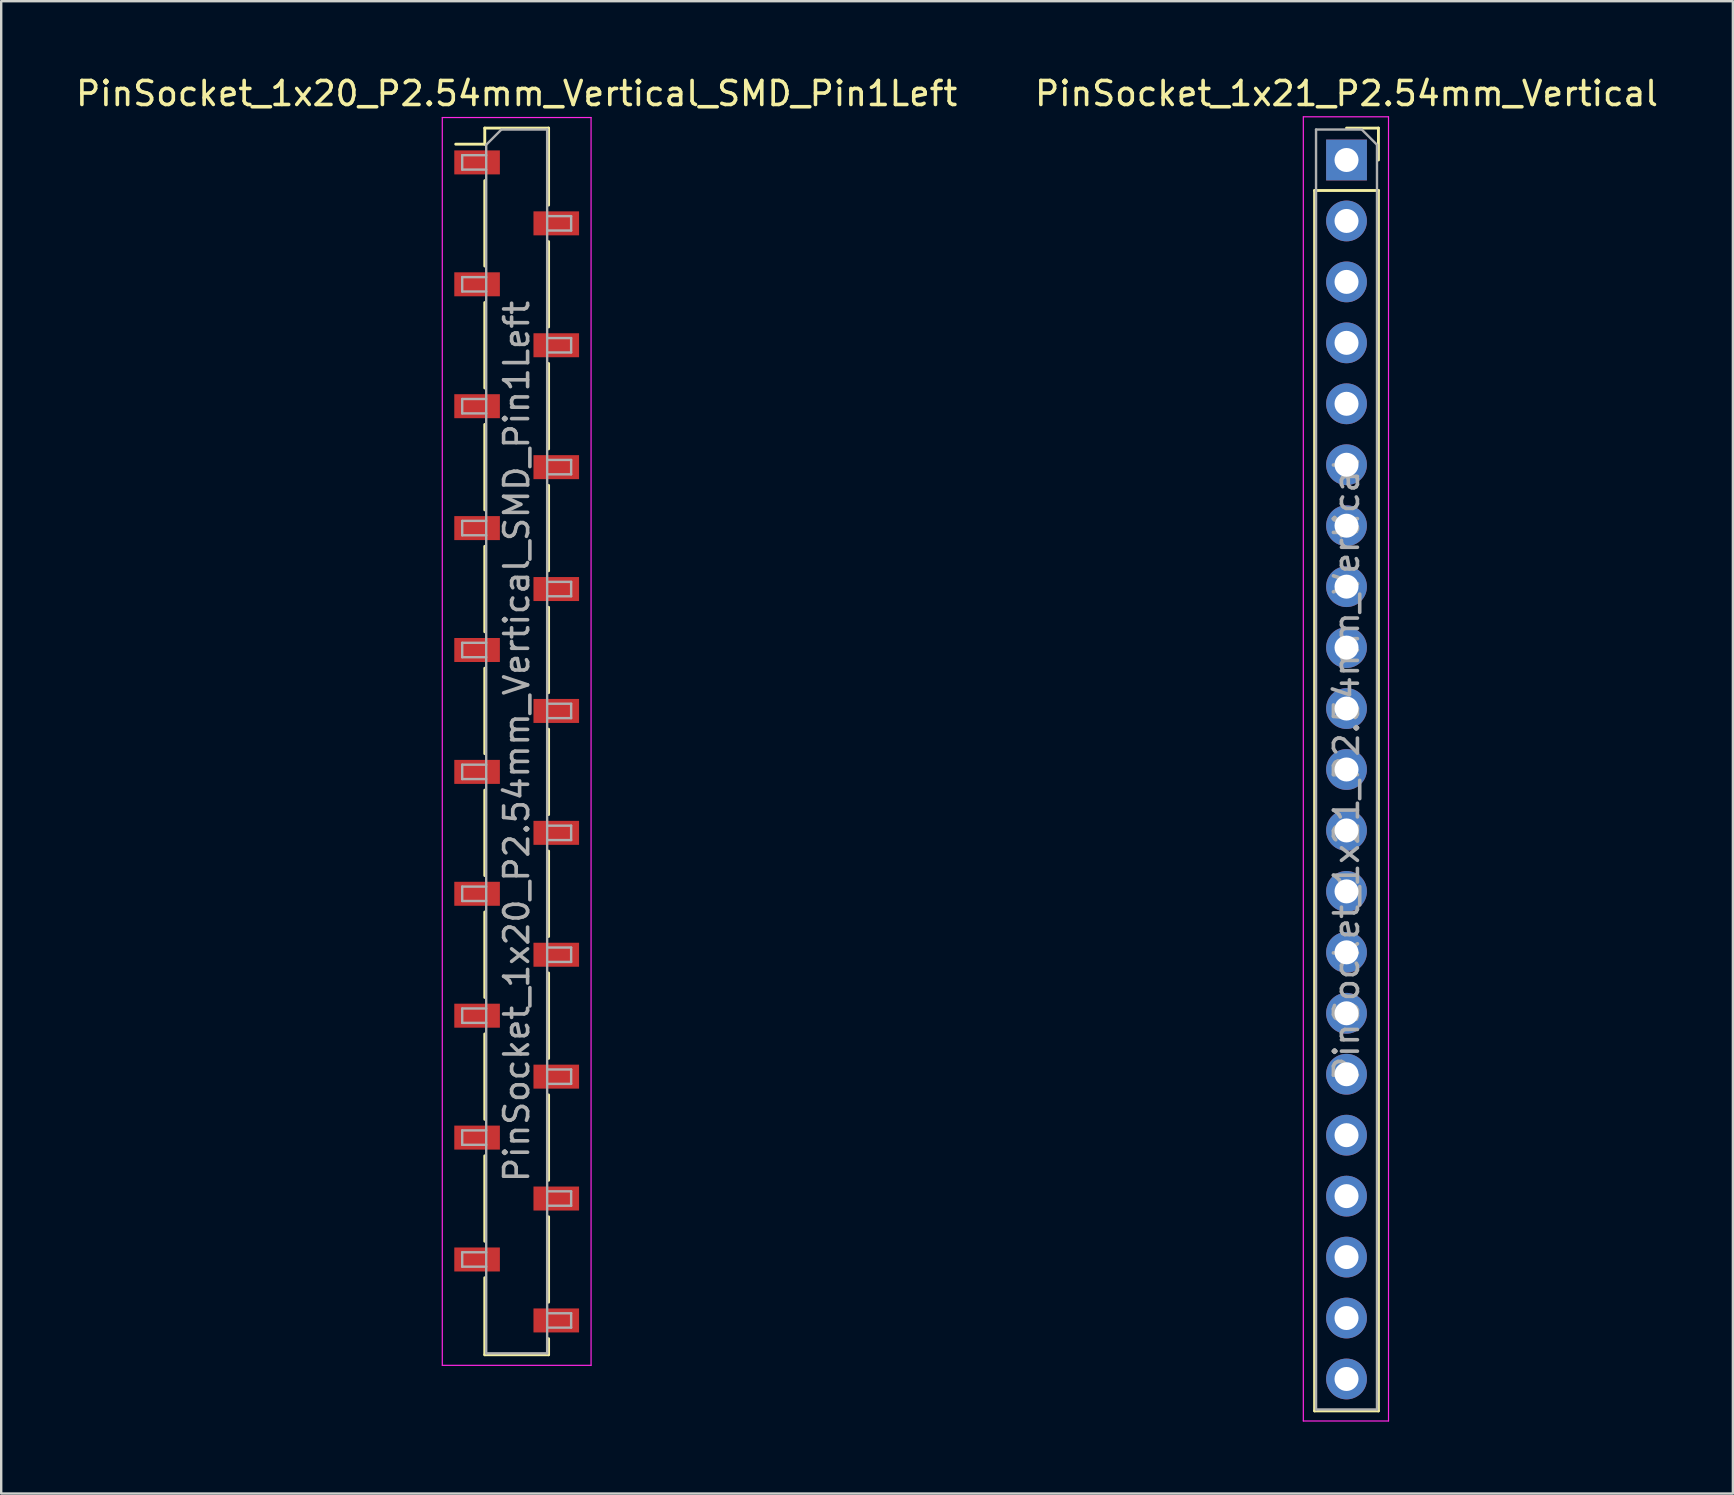
<source format=kicad_pcb>
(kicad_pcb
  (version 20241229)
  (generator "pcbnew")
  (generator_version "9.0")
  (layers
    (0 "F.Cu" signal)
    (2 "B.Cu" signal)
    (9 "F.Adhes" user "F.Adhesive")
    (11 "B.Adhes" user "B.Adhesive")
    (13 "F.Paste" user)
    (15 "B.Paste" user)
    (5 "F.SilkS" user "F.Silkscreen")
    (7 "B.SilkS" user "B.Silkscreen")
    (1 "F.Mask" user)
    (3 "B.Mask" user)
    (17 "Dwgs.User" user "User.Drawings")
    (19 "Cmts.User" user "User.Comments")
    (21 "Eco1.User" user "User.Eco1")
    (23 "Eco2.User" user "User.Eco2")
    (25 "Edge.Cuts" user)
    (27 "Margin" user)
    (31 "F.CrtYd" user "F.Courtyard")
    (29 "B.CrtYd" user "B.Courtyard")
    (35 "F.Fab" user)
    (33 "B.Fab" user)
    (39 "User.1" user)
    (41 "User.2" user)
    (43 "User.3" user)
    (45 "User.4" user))
  (footprint "PinSocket_1x20_P2.54mm_Vertical_SMD_Pin1Left"
    (layer "F.Cu")
    (at 18.482 27.848)
    (property "Reference" "PinSocket_1x20_P2.54mm_Vertical_SMD_Pin1Left" (at 0 -27 0) (layer "F.SilkS") (effects (font (size 1 1) (thickness 0.15))))
    (attr smd)
    (fp_line (start -2.54 -24.89) (end -1.33 -24.89) (stroke (width 0.12) (type solid)) (layer "F.SilkS"))
    (fp_line (start -1.33 -25.56) (end -1.33 -24.89) (stroke (width 0.12) (type solid)) (layer "F.SilkS"))
    (fp_line (start -1.33 -25.56) (end 1.33 -25.56) (stroke (width 0.12) (type solid)) (layer "F.SilkS"))
    (fp_line (start -1.33 -23.37) (end -1.33 -19.81) (stroke (width 0.12) (type solid)) (layer "F.SilkS"))
    (fp_line (start -1.33 -18.29) (end -1.33 -14.73) (stroke (width 0.12) (type solid)) (layer "F.SilkS"))
    (fp_line (start -1.33 -13.21) (end -1.33 -9.65) (stroke (width 0.12) (type solid)) (layer "F.SilkS"))
    (fp_line (start -1.33 -8.13) (end -1.33 -4.57) (stroke (width 0.12) (type solid)) (layer "F.SilkS"))
    (fp_line (start -1.33 -3.05) (end -1.33 0.51) (stroke (width 0.12) (type solid)) (layer "F.SilkS"))
    (fp_line (start -1.33 2.03) (end -1.33 5.59) (stroke (width 0.12) (type solid)) (layer "F.SilkS"))
    (fp_line (start -1.33 7.11) (end -1.33 10.67) (stroke (width 0.12) (type solid)) (layer "F.SilkS"))
    (fp_line (start -1.33 12.19) (end -1.33 15.75) (stroke (width 0.12) (type solid)) (layer "F.SilkS"))
    (fp_line (start -1.33 17.27) (end -1.33 20.83) (stroke (width 0.12) (type solid)) (layer "F.SilkS"))
    (fp_line (start -1.33 22.35) (end -1.33 25.56) (stroke (width 0.12) (type solid)) (layer "F.SilkS"))
    (fp_line (start -1.33 25.56) (end 1.33 25.56) (stroke (width 0.12) (type solid)) (layer "F.SilkS"))
    (fp_line (start 1.33 -25.56) (end 1.33 -22.35) (stroke (width 0.12) (type solid)) (layer "F.SilkS"))
    (fp_line (start 1.33 -20.83) (end 1.33 -17.27) (stroke (width 0.12) (type solid)) (layer "F.SilkS"))
    (fp_line (start 1.33 -15.75) (end 1.33 -12.19) (stroke (width 0.12) (type solid)) (layer "F.SilkS"))
    (fp_line (start 1.33 -10.67) (end 1.33 -7.11) (stroke (width 0.12) (type solid)) (layer "F.SilkS"))
    (fp_line (start 1.33 -5.59) (end 1.33 -2.03) (stroke (width 0.12) (type solid)) (layer "F.SilkS"))
    (fp_line (start 1.33 -0.51) (end 1.33 3.05) (stroke (width 0.12) (type solid)) (layer "F.SilkS"))
    (fp_line (start 1.33 4.57) (end 1.33 8.13) (stroke (width 0.12) (type solid)) (layer "F.SilkS"))
    (fp_line (start 1.33 9.65) (end 1.33 13.21) (stroke (width 0.12) (type solid)) (layer "F.SilkS"))
    (fp_line (start 1.33 14.73) (end 1.33 18.29) (stroke (width 0.12) (type solid)) (layer "F.SilkS"))
    (fp_line (start 1.33 19.81) (end 1.33 23.37) (stroke (width 0.12) (type solid)) (layer "F.SilkS"))
    (fp_line (start 1.33 24.89) (end 1.33 25.56) (stroke (width 0.12) (type solid)) (layer "F.SilkS"))
    (fp_line (start -3.1 -26) (end 3.1 -26) (stroke (width 0.05) (type solid)) (layer "F.CrtYd"))
    (fp_line (start -3.1 26) (end -3.1 -26) (stroke (width 0.05) (type solid)) (layer "F.CrtYd"))
    (fp_line (start 3.1 -26) (end 3.1 26) (stroke (width 0.05) (type solid)) (layer "F.CrtYd"))
    (fp_line (start 3.1 26) (end -3.1 26) (stroke (width 0.05) (type solid)) (layer "F.CrtYd"))
    (fp_line (start -2.27 -24.43) (end -1.27 -24.43) (stroke (width 0.1) (type solid)) (layer "F.Fab"))
    (fp_line (start -2.27 -23.83) (end -2.27 -24.43) (stroke (width 0.1) (type solid)) (layer "F.Fab"))
    (fp_line (start -2.27 -19.35) (end -1.27 -19.35) (stroke (width 0.1) (type solid)) (layer "F.Fab"))
    (fp_line (start -2.27 -18.75) (end -2.27 -19.35) (stroke (width 0.1) (type solid)) (layer "F.Fab"))
    (fp_line (start -2.27 -14.27) (end -1.27 -14.27) (stroke (width 0.1) (type solid)) (layer "F.Fab"))
    (fp_line (start -2.27 -13.67) (end -2.27 -14.27) (stroke (width 0.1) (type solid)) (layer "F.Fab"))
    (fp_line (start -2.27 -9.19) (end -1.27 -9.19) (stroke (width 0.1) (type solid)) (layer "F.Fab"))
    (fp_line (start -2.27 -8.59) (end -2.27 -9.19) (stroke (width 0.1) (type solid)) (layer "F.Fab"))
    (fp_line (start -2.27 -4.11) (end -1.27 -4.11) (stroke (width 0.1) (type solid)) (layer "F.Fab"))
    (fp_line (start -2.27 -3.51) (end -2.27 -4.11) (stroke (width 0.1) (type solid)) (layer "F.Fab"))
    (fp_line (start -2.27 0.97) (end -1.27 0.97) (stroke (width 0.1) (type solid)) (layer "F.Fab"))
    (fp_line (start -2.27 1.57) (end -2.27 0.97) (stroke (width 0.1) (type solid)) (layer "F.Fab"))
    (fp_line (start -2.27 6.05) (end -1.27 6.05) (stroke (width 0.1) (type solid)) (layer "F.Fab"))
    (fp_line (start -2.27 6.65) (end -2.27 6.05) (stroke (width 0.1) (type solid)) (layer "F.Fab"))
    (fp_line (start -2.27 11.13) (end -1.27 11.13) (stroke (width 0.1) (type solid)) (layer "F.Fab"))
    (fp_line (start -2.27 11.73) (end -2.27 11.13) (stroke (width 0.1) (type solid)) (layer "F.Fab"))
    (fp_line (start -2.27 16.21) (end -1.27 16.21) (stroke (width 0.1) (type solid)) (layer "F.Fab"))
    (fp_line (start -2.27 16.81) (end -2.27 16.21) (stroke (width 0.1) (type solid)) (layer "F.Fab"))
    (fp_line (start -2.27 21.29) (end -1.27 21.29) (stroke (width 0.1) (type solid)) (layer "F.Fab"))
    (fp_line (start -2.27 21.89) (end -2.27 21.29) (stroke (width 0.1) (type solid)) (layer "F.Fab"))
    (fp_line (start -1.27 -24.865) (end -0.635 -25.5) (stroke (width 0.1) (type solid)) (layer "F.Fab"))
    (fp_line (start -1.27 -23.83) (end -2.27 -23.83) (stroke (width 0.1) (type solid)) (layer "F.Fab"))
    (fp_line (start -1.27 -18.75) (end -2.27 -18.75) (stroke (width 0.1) (type solid)) (layer "F.Fab"))
    (fp_line (start -1.27 -13.67) (end -2.27 -13.67) (stroke (width 0.1) (type solid)) (layer "F.Fab"))
    (fp_line (start -1.27 -8.59) (end -2.27 -8.59) (stroke (width 0.1) (type solid)) (layer "F.Fab"))
    (fp_line (start -1.27 -3.51) (end -2.27 -3.51) (stroke (width 0.1) (type solid)) (layer "F.Fab"))
    (fp_line (start -1.27 1.57) (end -2.27 1.57) (stroke (width 0.1) (type solid)) (layer "F.Fab"))
    (fp_line (start -1.27 6.65) (end -2.27 6.65) (stroke (width 0.1) (type solid)) (layer "F.Fab"))
    (fp_line (start -1.27 11.73) (end -2.27 11.73) (stroke (width 0.1) (type solid)) (layer "F.Fab"))
    (fp_line (start -1.27 16.81) (end -2.27 16.81) (stroke (width 0.1) (type solid)) (layer "F.Fab"))
    (fp_line (start -1.27 21.89) (end -2.27 21.89) (stroke (width 0.1) (type solid)) (layer "F.Fab"))
    (fp_line (start -1.27 25.5) (end -1.27 -24.865) (stroke (width 0.1) (type solid)) (layer "F.Fab"))
    (fp_line (start -0.635 -25.5) (end 1.27 -25.5) (stroke (width 0.1) (type solid)) (layer "F.Fab"))
    (fp_line (start 1.27 -25.5) (end 1.27 25.5) (stroke (width 0.1) (type solid)) (layer "F.Fab"))
    (fp_line (start 1.27 -21.89) (end 2.27 -21.89) (stroke (width 0.1) (type solid)) (layer "F.Fab"))
    (fp_line (start 1.27 -16.81) (end 2.27 -16.81) (stroke (width 0.1) (type solid)) (layer "F.Fab"))
    (fp_line (start 1.27 -11.73) (end 2.27 -11.73) (stroke (width 0.1) (type solid)) (layer "F.Fab"))
    (fp_line (start 1.27 -6.65) (end 2.27 -6.65) (stroke (width 0.1) (type solid)) (layer "F.Fab"))
    (fp_line (start 1.27 -1.57) (end 2.27 -1.57) (stroke (width 0.1) (type solid)) (layer "F.Fab"))
    (fp_line (start 1.27 3.51) (end 2.27 3.51) (stroke (width 0.1) (type solid)) (layer "F.Fab"))
    (fp_line (start 1.27 8.59) (end 2.27 8.59) (stroke (width 0.1) (type solid)) (layer "F.Fab"))
    (fp_line (start 1.27 13.67) (end 2.27 13.67) (stroke (width 0.1) (type solid)) (layer "F.Fab"))
    (fp_line (start 1.27 18.75) (end 2.27 18.75) (stroke (width 0.1) (type solid)) (layer "F.Fab"))
    (fp_line (start 1.27 23.83) (end 2.27 23.83) (stroke (width 0.1) (type solid)) (layer "F.Fab"))
    (fp_line (start 1.27 25.5) (end -1.27 25.5) (stroke (width 0.1) (type solid)) (layer "F.Fab"))
    (fp_line (start 2.27 -21.89) (end 2.27 -21.29) (stroke (width 0.1) (type solid)) (layer "F.Fab"))
    (fp_line (start 2.27 -21.29) (end 1.27 -21.29) (stroke (width 0.1) (type solid)) (layer "F.Fab"))
    (fp_line (start 2.27 -16.81) (end 2.27 -16.21) (stroke (width 0.1) (type solid)) (layer "F.Fab"))
    (fp_line (start 2.27 -16.21) (end 1.27 -16.21) (stroke (width 0.1) (type solid)) (layer "F.Fab"))
    (fp_line (start 2.27 -11.73) (end 2.27 -11.13) (stroke (width 0.1) (type solid)) (layer "F.Fab"))
    (fp_line (start 2.27 -11.13) (end 1.27 -11.13) (stroke (width 0.1) (type solid)) (layer "F.Fab"))
    (fp_line (start 2.27 -6.65) (end 2.27 -6.05) (stroke (width 0.1) (type solid)) (layer "F.Fab"))
    (fp_line (start 2.27 -6.05) (end 1.27 -6.05) (stroke (width 0.1) (type solid)) (layer "F.Fab"))
    (fp_line (start 2.27 -1.57) (end 2.27 -0.97) (stroke (width 0.1) (type solid)) (layer "F.Fab"))
    (fp_line (start 2.27 -0.97) (end 1.27 -0.97) (stroke (width 0.1) (type solid)) (layer "F.Fab"))
    (fp_line (start 2.27 3.51) (end 2.27 4.11) (stroke (width 0.1) (type solid)) (layer "F.Fab"))
    (fp_line (start 2.27 4.11) (end 1.27 4.11) (stroke (width 0.1) (type solid)) (layer "F.Fab"))
    (fp_line (start 2.27 8.59) (end 2.27 9.19) (stroke (width 0.1) (type solid)) (layer "F.Fab"))
    (fp_line (start 2.27 9.19) (end 1.27 9.19) (stroke (width 0.1) (type solid)) (layer "F.Fab"))
    (fp_line (start 2.27 13.67) (end 2.27 14.27) (stroke (width 0.1) (type solid)) (layer "F.Fab"))
    (fp_line (start 2.27 14.27) (end 1.27 14.27) (stroke (width 0.1) (type solid)) (layer "F.Fab"))
    (fp_line (start 2.27 18.75) (end 2.27 19.35) (stroke (width 0.1) (type solid)) (layer "F.Fab"))
    (fp_line (start 2.27 19.35) (end 1.27 19.35) (stroke (width 0.1) (type solid)) (layer "F.Fab"))
    (fp_line (start 2.27 23.83) (end 2.27 24.43) (stroke (width 0.1) (type solid)) (layer "F.Fab"))
    (fp_line (start 2.27 24.43) (end 1.27 24.43) (stroke (width 0.1) (type solid)) (layer "F.Fab"))
    (fp_text user "${REFERENCE}" (at 0 0 90) (layer "F.Fab") (effects (font (size 1 1) (thickness 0.15))))
    (pad "1" smd rect (at -1.65 -24.13) (size 1.9 1) (layers "F.Cu" "F.Mask" "F.Paste"))
    (pad "2" smd rect (at 1.65 -21.59) (size 1.9 1) (layers "F.Cu" "F.Mask" "F.Paste"))
    (pad "3" smd rect (at -1.65 -19.05) (size 1.9 1) (layers "F.Cu" "F.Mask" "F.Paste"))
    (pad "4" smd rect (at 1.65 -16.51) (size 1.9 1) (layers "F.Cu" "F.Mask" "F.Paste"))
    (pad "5" smd rect (at -1.65 -13.97) (size 1.9 1) (layers "F.Cu" "F.Mask" "F.Paste"))
    (pad "6" smd rect (at 1.65 -11.43) (size 1.9 1) (layers "F.Cu" "F.Mask" "F.Paste"))
    (pad "7" smd rect (at -1.65 -8.89) (size 1.9 1) (layers "F.Cu" "F.Mask" "F.Paste"))
    (pad "8" smd rect (at 1.65 -6.35) (size 1.9 1) (layers "F.Cu" "F.Mask" "F.Paste"))
    (pad "9" smd rect (at -1.65 -3.81) (size 1.9 1) (layers "F.Cu" "F.Mask" "F.Paste"))
    (pad "10" smd rect (at 1.65 -1.27) (size 1.9 1) (layers "F.Cu" "F.Mask" "F.Paste"))
    (pad "11" smd rect (at -1.65 1.27) (size 1.9 1) (layers "F.Cu" "F.Mask" "F.Paste"))
    (pad "12" smd rect (at 1.65 3.81) (size 1.9 1) (layers "F.Cu" "F.Mask" "F.Paste"))
    (pad "13" smd rect (at -1.65 6.35) (size 1.9 1) (layers "F.Cu" "F.Mask" "F.Paste"))
    (pad "14" smd rect (at 1.65 8.89) (size 1.9 1) (layers "F.Cu" "F.Mask" "F.Paste"))
    (pad "15" smd rect (at -1.65 11.43) (size 1.9 1) (layers "F.Cu" "F.Mask" "F.Paste"))
    (pad "16" smd rect (at 1.65 13.97) (size 1.9 1) (layers "F.Cu" "F.Mask" "F.Paste"))
    (pad "17" smd rect (at -1.65 16.51) (size 1.9 1) (layers "F.Cu" "F.Mask" "F.Paste"))
    (pad "18" smd rect (at 1.65 19.05) (size 1.9 1) (layers "F.Cu" "F.Mask" "F.Paste"))
    (pad "19" smd rect (at -1.65 21.59) (size 1.9 1) (layers "F.Cu" "F.Mask" "F.Paste"))
    (pad "20" smd rect (at 1.65 24.13) (size 1.9 1) (layers "F.Cu" "F.Mask" "F.Paste")))
  (footprint "PinSocket_1x21_P2.54mm_Vertical"
    (layer "F.Cu")
    (at 53.065 3.618)
    (property "Reference" "PinSocket_1x21_P2.54mm_Vertical" (at 0 -2.77 0) (layer "F.SilkS") (effects (font (size 1 1) (thickness 0.15))))
    (attr through_hole)
    (fp_line (start -1.33 1.27) (end -1.33 52.13) (stroke (width 0.12) (type solid)) (layer "F.SilkS"))
    (fp_line (start -1.33 1.27) (end 1.33 1.27) (stroke (width 0.12) (type solid)) (layer "F.SilkS"))
    (fp_line (start -1.33 52.13) (end 1.33 52.13) (stroke (width 0.12) (type solid)) (layer "F.SilkS"))
    (fp_line (start 0 -1.33) (end 1.33 -1.33) (stroke (width 0.12) (type solid)) (layer "F.SilkS"))
    (fp_line (start 1.33 -1.33) (end 1.33 0) (stroke (width 0.12) (type solid)) (layer "F.SilkS"))
    (fp_line (start 1.33 1.27) (end 1.33 52.13) (stroke (width 0.12) (type solid)) (layer "F.SilkS"))
    (fp_line (start -1.8 -1.8) (end 1.75 -1.8) (stroke (width 0.05) (type solid)) (layer "F.CrtYd"))
    (fp_line (start -1.8 52.55) (end -1.8 -1.8) (stroke (width 0.05) (type solid)) (layer "F.CrtYd"))
    (fp_line (start 1.75 -1.8) (end 1.75 52.55) (stroke (width 0.05) (type solid)) (layer "F.CrtYd"))
    (fp_line (start 1.75 52.55) (end -1.8 52.55) (stroke (width 0.05) (type solid)) (layer "F.CrtYd"))
    (fp_line (start -1.27 -1.27) (end 0.635 -1.27) (stroke (width 0.1) (type solid)) (layer "F.Fab"))
    (fp_line (start -1.27 52.07) (end -1.27 -1.27) (stroke (width 0.1) (type solid)) (layer "F.Fab"))
    (fp_line (start 0.635 -1.27) (end 1.27 -0.635) (stroke (width 0.1) (type solid)) (layer "F.Fab"))
    (fp_line (start 1.27 -0.635) (end 1.27 52.07) (stroke (width 0.1) (type solid)) (layer "F.Fab"))
    (fp_line (start 1.27 52.07) (end -1.27 52.07) (stroke (width 0.1) (type solid)) (layer "F.Fab"))
    (fp_text user "${REFERENCE}" (at 0 25.4 90) (layer "F.Fab") (effects (font (size 1 1) (thickness 0.15))))
    (pad "1" thru_hole rect (at 0 0) (size 1.7 1.7) (drill 1) (layers "*.Cu" "*.Mask"))
    (pad "2" thru_hole oval (at 0 2.54) (size 1.7 1.7) (drill 1) (layers "*.Cu" "*.Mask"))
    (pad "3" thru_hole oval (at 0 5.08) (size 1.7 1.7) (drill 1) (layers "*.Cu" "*.Mask"))
    (pad "4" thru_hole oval (at 0 7.62) (size 1.7 1.7) (drill 1) (layers "*.Cu" "*.Mask"))
    (pad "5" thru_hole oval (at 0 10.16) (size 1.7 1.7) (drill 1) (layers "*.Cu" "*.Mask"))
    (pad "6" thru_hole oval (at 0 12.7) (size 1.7 1.7) (drill 1) (layers "*.Cu" "*.Mask"))
    (pad "7" thru_hole oval (at 0 15.24) (size 1.7 1.7) (drill 1) (layers "*.Cu" "*.Mask"))
    (pad "8" thru_hole oval (at 0 17.78) (size 1.7 1.7) (drill 1) (layers "*.Cu" "*.Mask"))
    (pad "9" thru_hole oval (at 0 20.32) (size 1.7 1.7) (drill 1) (layers "*.Cu" "*.Mask"))
    (pad "10" thru_hole oval (at 0 22.86) (size 1.7 1.7) (drill 1) (layers "*.Cu" "*.Mask"))
    (pad "11" thru_hole oval (at 0 25.4) (size 1.7 1.7) (drill 1) (layers "*.Cu" "*.Mask"))
    (pad "12" thru_hole oval (at 0 27.94) (size 1.7 1.7) (drill 1) (layers "*.Cu" "*.Mask"))
    (pad "13" thru_hole oval (at 0 30.48) (size 1.7 1.7) (drill 1) (layers "*.Cu" "*.Mask"))
    (pad "14" thru_hole oval (at 0 33.02) (size 1.7 1.7) (drill 1) (layers "*.Cu" "*.Mask"))
    (pad "15" thru_hole oval (at 0 35.56) (size 1.7 1.7) (drill 1) (layers "*.Cu" "*.Mask"))
    (pad "16" thru_hole oval (at 0 38.1) (size 1.7 1.7) (drill 1) (layers "*.Cu" "*.Mask"))
    (pad "17" thru_hole oval (at 0 40.64) (size 1.7 1.7) (drill 1) (layers "*.Cu" "*.Mask"))
    (pad "18" thru_hole oval (at 0 43.18) (size 1.7 1.7) (drill 1) (layers "*.Cu" "*.Mask"))
    (pad "19" thru_hole oval (at 0 45.72) (size 1.7 1.7) (drill 1) (layers "*.Cu" "*.Mask"))
    (pad "20" thru_hole oval (at 0 48.26) (size 1.7 1.7) (drill 1) (layers "*.Cu" "*.Mask"))
    (pad "21" thru_hole oval (at 0 50.8) (size 1.7 1.7) (drill 1) (layers "*.Cu" "*.Mask")))
  (gr_rect
    (start -3 -3)
    (end 69.167 59.193)
    (stroke (width 0.1) (type default))
    (fill no)
    (layer "Edge.Cuts")))
</source>
